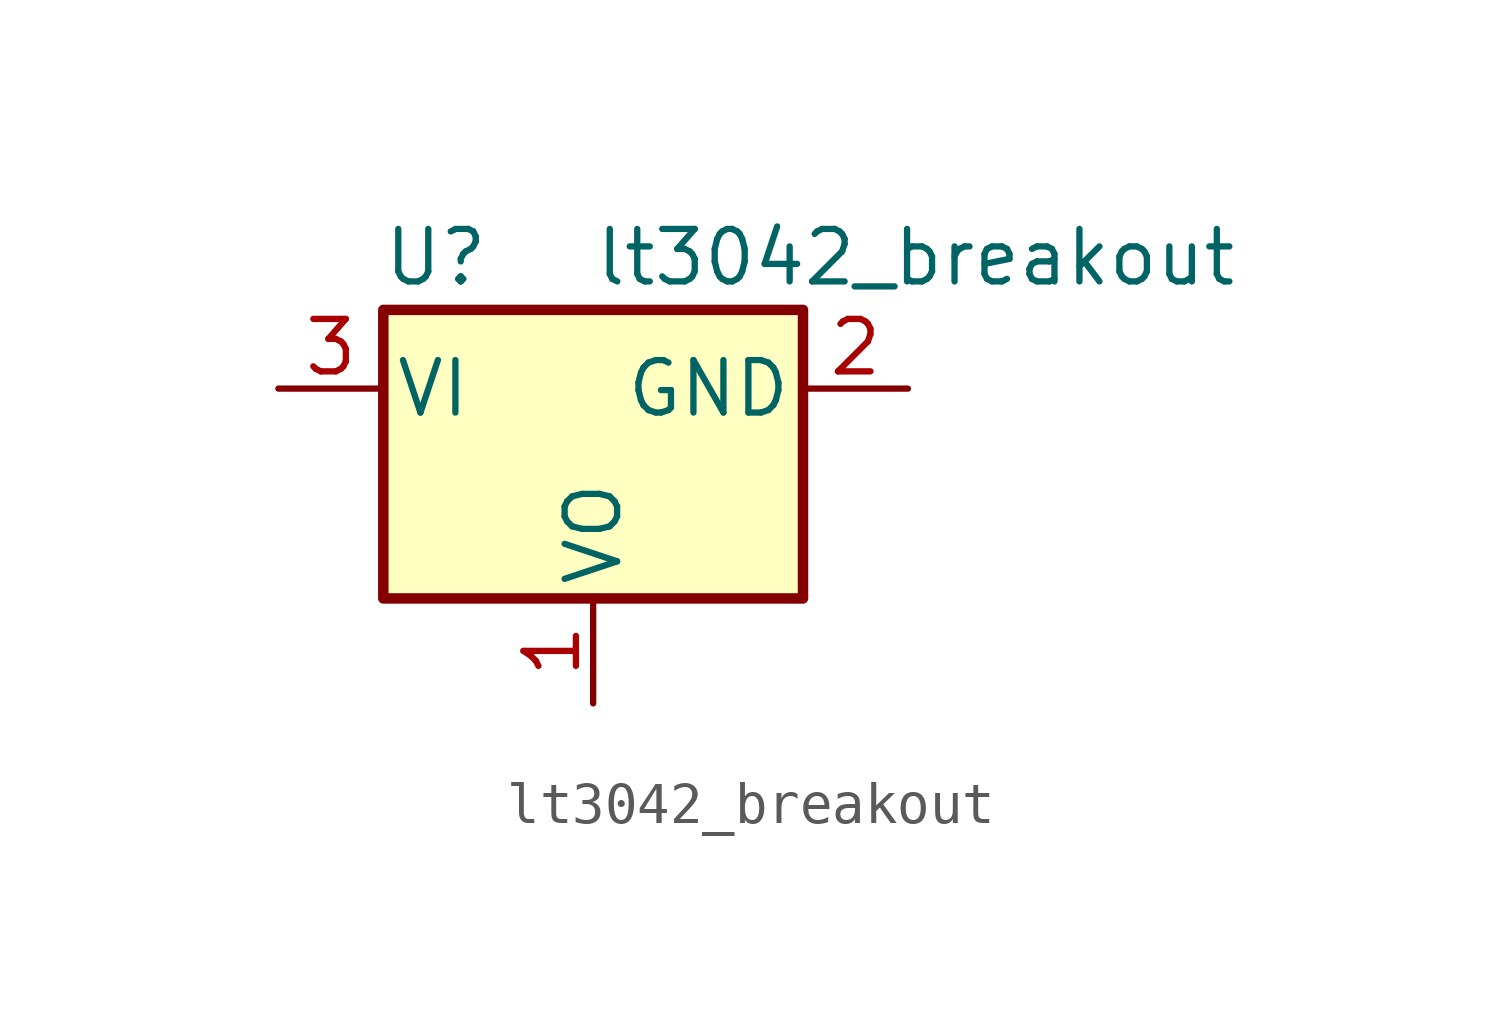
<source format=kicad_sym>
(kicad_symbol_lib
  (version 20241209)
  (generator "kicad_symbol_editor")
  (generator_version "9.0")
  (symbol "lt3042_breakout"
    (pin_names
      (offset 0.254))
    (property "Reference" "U"
      (at -3.81 3.175 0)
      (effects (font (size 1.27 1.27))))
    (property "Value" "lt3042_breakout"
      (at 0 3.175 0)
      (effects (font (size 1.27 1.27)) (justify left)))
    (symbol "lt3042_breakout_0_1"
      (rectangle (start -5.08 1.905) (end 5.08 -5.08) (stroke (width 0.254) (type default)) (fill (type background))))
    (symbol "lt3042_breakout_1_1"
      (pin power_in line (at -7.62 0 0) (length 2.54) (name "VI" (effects (font (size 1.27 1.27)))) (number "3" (effects (font (size 1.27 1.27)))))
      (pin power_out line (at 0 -7.62 90) (length 2.54) (name "VO" (effects (font (size 1.27 1.27)))) (number "1" (effects (font (size 1.27 1.27)))))
      (pin power_in line (at 7.62 0 180) (length 2.54) (name "GND" (effects (font (size 1.27 1.27)))) (number "2" (effects (font (size 1.27 1.27))))))))
</source>
